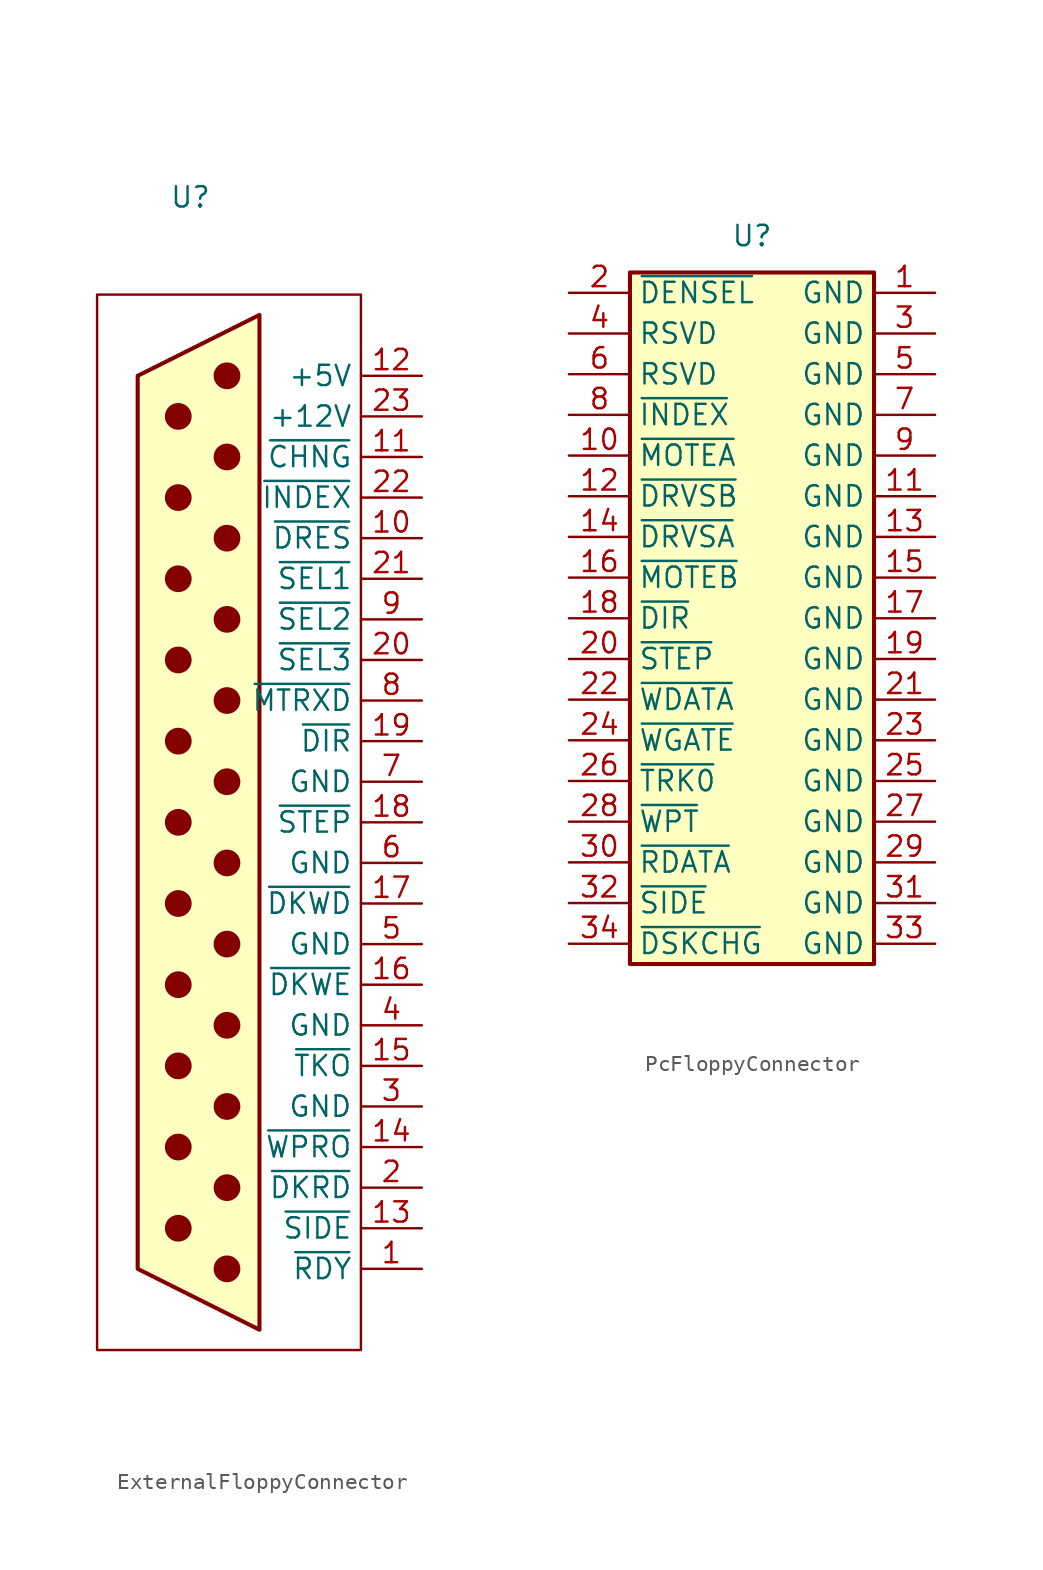
<source format=kicad_sym>
(kicad_symbol_lib
  (version 20231120)
  (generator "kicad_symbol_editor")
  (generator_version "8.0")
  (symbol "ExternalFloppyConnector"
    (property "Reference" "U"
      (at -1.778 36.576 0)
      (effects (font (size 1.27 1.27))))
    (property "Value" ""
      (at 0 0 0)
      (effects (font (size 1.27 1.27))))
    (symbol "ExternalFloppyConnector_0_1"
      (circle (center -2.54 -27.94) (radius 0.762) (stroke (width 0) (type default)) (fill (type outline)))
      (circle (center -2.54 -22.86) (radius 0.762) (stroke (width 0) (type default)) (fill (type outline)))
      (circle (center -2.54 -17.78) (radius 0.762) (stroke (width 0) (type default)) (fill (type outline)))
      (circle (center -2.54 -12.7) (radius 0.762) (stroke (width 0) (type default)) (fill (type outline)))
      (circle (center -2.54 -7.62) (radius 0.762) (stroke (width 0) (type default)) (fill (type outline)))
      (circle (center -2.54 -2.54) (radius 0.762) (stroke (width 0) (type default)) (fill (type outline)))
      (circle (center -2.54 2.54) (radius 0.762) (stroke (width 0) (type default)) (fill (type outline)))
      (circle (center -2.54 7.62) (radius 0.762) (stroke (width 0) (type default)) (fill (type outline)))
      (circle (center -2.54 12.7) (radius 0.762) (stroke (width 0) (type default)) (fill (type outline)))
      (circle (center -2.54 17.78) (radius 0.762) (stroke (width 0) (type default)) (fill (type outline)))
      (circle (center -2.54 22.86) (radius 0.762) (stroke (width 0) (type default)) (fill (type outline)))
      (polyline (pts (xy 2.54 -34.29) (xy -5.08 -30.48) (xy -5.08 25.4) (xy 2.54 29.21) (xy 2.54 -34.29)) (stroke (width 0.254) (type default)) (fill (type background)))
      (circle (center 0.508 -30.48) (radius 0.762) (stroke (width 0) (type default)) (fill (type outline)))
      (circle (center 0.508 -25.4) (radius 0.762) (stroke (width 0) (type default)) (fill (type outline)))
      (circle (center 0.508 -20.32) (radius 0.762) (stroke (width 0) (type default)) (fill (type outline)))
      (circle (center 0.508 -15.24) (radius 0.762) (stroke (width 0) (type default)) (fill (type outline)))
      (circle (center 0.508 -10.16) (radius 0.762) (stroke (width 0) (type default)) (fill (type outline)))
      (circle (center 0.508 -5.08) (radius 0.762) (stroke (width 0) (type default)) (fill (type outline)))
      (circle (center 0.508 0) (radius 0.762) (stroke (width 0) (type default)) (fill (type outline)))
      (circle (center 0.508 5.08) (radius 0.762) (stroke (width 0) (type default)) (fill (type outline)))
      (circle (center 0.508 10.16) (radius 0.762) (stroke (width 0) (type default)) (fill (type outline)))
      (circle (center 0.508 15.24) (radius 0.762) (stroke (width 0) (type default)) (fill (type outline)))
      (circle (center 0.508 20.32) (radius 0.762) (stroke (width 0) (type default)) (fill (type outline)))
      (circle (center 0.508 25.4) (radius 0.762) (stroke (width 0) (type default)) (fill (type outline))))
    (symbol "ExternalFloppyConnector_1_1"
      (rectangle (start 8.89 30.48) (end -7.62 -35.56) (stroke (width 0) (type default)) (fill (type none)))
      (pin bidirectional line (at 12.7 -30.48 180) (length 3.81) (name "~{RDY}" (effects (font (size 1.27 1.27)))) (number "1" (effects (font (size 1.27 1.27)))))
      (pin open_collector line (at 12.7 15.24 180) (length 3.81) (name "~{DRES}" (effects (font (size 1.27 1.27)))) (number "10" (effects (font (size 1.27 1.27)))))
      (pin bidirectional line (at 12.7 20.32 180) (length 3.81) (name "~{CHNG}" (effects (font (size 1.27 1.27)))) (number "11" (effects (font (size 1.27 1.27)))))
      (pin power_out line (at 12.7 25.4 180) (length 3.81) (name "+5V" (effects (font (size 1.27 1.27)))) (number "12" (effects (font (size 1.27 1.27)))))
      (pin output line (at 12.7 -27.94 180) (length 3.81) (name "~{SIDE}" (effects (font (size 1.27 1.27)))) (number "13" (effects (font (size 1.27 1.27)))))
      (pin bidirectional line (at 12.7 -22.86 180) (length 3.81) (name "~{WPRO}" (effects (font (size 1.27 1.27)))) (number "14" (effects (font (size 1.27 1.27)))))
      (pin bidirectional line (at 12.7 -17.78 180) (length 3.81) (name "~{TKO}" (effects (font (size 1.27 1.27)))) (number "15" (effects (font (size 1.27 1.27)))))
      (pin output line (at 12.7 -12.7 180) (length 3.81) (name "~{DKWE}" (effects (font (size 1.27 1.27)))) (number "16" (effects (font (size 1.27 1.27)))))
      (pin output line (at 12.7 -7.62 180) (length 3.81) (name "~{DKWD}" (effects (font (size 1.27 1.27)))) (number "17" (effects (font (size 1.27 1.27)))))
      (pin output line (at 12.7 -2.54 180) (length 3.81) (name "~{STEP}" (effects (font (size 1.27 1.27)))) (number "18" (effects (font (size 1.27 1.27)))))
      (pin output line (at 12.7 2.54 180) (length 3.81) (name "~{DIR}" (effects (font (size 1.27 1.27)))) (number "19" (effects (font (size 1.27 1.27)))))
      (pin input line (at 12.7 -25.4 180) (length 3.81) (name "~{DKRD}" (effects (font (size 1.27 1.27)))) (number "2" (effects (font (size 1.27 1.27)))))
      (pin open_collector line (at 12.7 7.62 180) (length 3.81) (name "~{SEL3}" (effects (font (size 1.27 1.27)))) (number "20" (effects (font (size 1.27 1.27)))))
      (pin open_collector line (at 12.7 12.7 180) (length 3.81) (name "~{SEL1}" (effects (font (size 1.27 1.27)))) (number "21" (effects (font (size 1.27 1.27)))))
      (pin input line (at 12.7 17.78 180) (length 3.81) (name "~{INDEX}" (effects (font (size 1.27 1.27)))) (number "22" (effects (font (size 1.27 1.27)))))
      (pin power_out line (at 12.7 22.86 180) (length 3.81) (name "+12V" (effects (font (size 1.27 1.27)))) (number "23" (effects (font (size 1.27 1.27)))))
      (pin power_out line (at 12.7 -20.32 180) (length 3.81) (name "GND" (effects (font (size 1.27 1.27)))) (number "3" (effects (font (size 1.27 1.27)))))
      (pin power_in line (at 12.7 -15.24 180) (length 3.81) (name "GND" (effects (font (size 1.27 1.27)))) (number "4" (effects (font (size 1.27 1.27)))))
      (pin power_in line (at 12.7 -10.16 180) (length 3.81) (name "GND" (effects (font (size 1.27 1.27)))) (number "5" (effects (font (size 1.27 1.27)))))
      (pin power_in line (at 12.7 -5.08 180) (length 3.81) (name "GND" (effects (font (size 1.27 1.27)))) (number "6" (effects (font (size 1.27 1.27)))))
      (pin power_in line (at 12.7 0 180) (length 3.81) (name "GND" (effects (font (size 1.27 1.27)))) (number "7" (effects (font (size 1.27 1.27)))))
      (pin open_collector line (at 12.7 5.08 180) (length 3.81) (name "~{MTRXD}" (effects (font (size 1.27 1.27)))) (number "8" (effects (font (size 1.27 1.27)))))
      (pin open_collector line (at 12.7 10.16 180) (length 3.81) (name "~{SEL2}" (effects (font (size 1.27 1.27)))) (number "9" (effects (font (size 1.27 1.27)))))))
  (symbol "PcFloppyConnector"
    (property "Reference" "U"
      (at 0 23.876 0)
      (effects (font (size 1.27 1.27))))
    (property "Value" ""
      (at -8.636 29.21 0)
      (effects (font (size 1.27 1.27))))
    (symbol "PcFloppyConnector_1_1"
      (rectangle (start -7.62 21.59) (end 7.62 -21.59) (stroke (width 0.254) (type default)) (fill (type background)))
      (pin power_in line (at 11.43 20.32 180) (length 3.81) (name "GND" (effects (font (size 1.27 1.27)))) (number "1" (effects (font (size 1.27 1.27)))))
      (pin input line (at -11.43 10.16 0) (length 3.81) (name "~{MOTEA}" (effects (font (size 1.27 1.27)))) (number "10" (effects (font (size 1.27 1.27)))))
      (pin power_in line (at 11.43 7.62 180) (length 3.81) (name "GND" (effects (font (size 1.27 1.27)))) (number "11" (effects (font (size 1.27 1.27)))))
      (pin input line (at -11.43 7.62 0) (length 3.81) (name "~{DRVSB}" (effects (font (size 1.27 1.27)))) (number "12" (effects (font (size 1.27 1.27)))))
      (pin power_in line (at 11.43 5.08 180) (length 3.81) (name "GND" (effects (font (size 1.27 1.27)))) (number "13" (effects (font (size 1.27 1.27)))))
      (pin input line (at -11.43 5.08 0) (length 3.81) (name "~{DRVSA}" (effects (font (size 1.27 1.27)))) (number "14" (effects (font (size 1.27 1.27)))))
      (pin power_in line (at 11.43 2.54 180) (length 3.81) (name "GND" (effects (font (size 1.27 1.27)))) (number "15" (effects (font (size 1.27 1.27)))))
      (pin input line (at -11.43 2.54 0) (length 3.81) (name "~{MOTEB}" (effects (font (size 1.27 1.27)))) (number "16" (effects (font (size 1.27 1.27)))))
      (pin power_in line (at 11.43 0 180) (length 3.81) (name "GND" (effects (font (size 1.27 1.27)))) (number "17" (effects (font (size 1.27 1.27)))))
      (pin input line (at -11.43 0 0) (length 3.81) (name "~{DIR}" (effects (font (size 1.27 1.27)))) (number "18" (effects (font (size 1.27 1.27)))))
      (pin power_in line (at 11.43 -2.54 180) (length 3.81) (name "GND" (effects (font (size 1.27 1.27)))) (number "19" (effects (font (size 1.27 1.27)))))
      (pin input line (at -11.43 20.32 0) (length 3.81) (name "~{DENSEL}" (effects (font (size 1.27 1.27)))) (number "2" (effects (font (size 1.27 1.27)))))
      (pin input line (at -11.43 -2.54 0) (length 3.81) (name "~{STEP}" (effects (font (size 1.27 1.27)))) (number "20" (effects (font (size 1.27 1.27)))))
      (pin power_in line (at 11.43 -5.08 180) (length 3.81) (name "GND" (effects (font (size 1.27 1.27)))) (number "21" (effects (font (size 1.27 1.27)))))
      (pin input line (at -11.43 -5.08 0) (length 3.81) (name "~{WDATA}" (effects (font (size 1.27 1.27)))) (number "22" (effects (font (size 1.27 1.27)))))
      (pin power_in line (at 11.43 -7.62 180) (length 3.81) (name "GND" (effects (font (size 1.27 1.27)))) (number "23" (effects (font (size 1.27 1.27)))))
      (pin input line (at -11.43 -7.62 0) (length 3.81) (name "~{WGATE}" (effects (font (size 1.27 1.27)))) (number "24" (effects (font (size 1.27 1.27)))))
      (pin power_in line (at 11.43 -10.16 180) (length 3.81) (name "GND" (effects (font (size 1.27 1.27)))) (number "25" (effects (font (size 1.27 1.27)))))
      (pin output line (at -11.43 -10.16 0) (length 3.81) (name "~{TRK0}" (effects (font (size 1.27 1.27)))) (number "26" (effects (font (size 1.27 1.27)))))
      (pin power_in line (at 11.43 -12.7 180) (length 3.81) (name "GND" (effects (font (size 1.27 1.27)))) (number "27" (effects (font (size 1.27 1.27)))))
      (pin output line (at -11.43 -12.7 0) (length 3.81) (name "~{WPT}" (effects (font (size 1.27 1.27)))) (number "28" (effects (font (size 1.27 1.27)))))
      (pin power_in line (at 11.43 -15.24 180) (length 3.81) (name "GND" (effects (font (size 1.27 1.27)))) (number "29" (effects (font (size 1.27 1.27)))))
      (pin power_in line (at 11.43 17.78 180) (length 3.81) (name "GND" (effects (font (size 1.27 1.27)))) (number "3" (effects (font (size 1.27 1.27)))))
      (pin output line (at -11.43 -15.24 0) (length 3.81) (name "~{RDATA}" (effects (font (size 1.27 1.27)))) (number "30" (effects (font (size 1.27 1.27)))))
      (pin power_in line (at 11.43 -17.78 180) (length 3.81) (name "GND" (effects (font (size 1.27 1.27)))) (number "31" (effects (font (size 1.27 1.27)))))
      (pin input line (at -11.43 -17.78 0) (length 3.81) (name "~{SIDE}" (effects (font (size 1.27 1.27)))) (number "32" (effects (font (size 1.27 1.27)))))
      (pin power_in line (at 11.43 -20.32 180) (length 3.81) (name "GND" (effects (font (size 1.27 1.27)))) (number "33" (effects (font (size 1.27 1.27)))))
      (pin output line (at -11.43 -20.32 0) (length 3.81) (name "~{DSKCHG}" (effects (font (size 1.27 1.27)))) (number "34" (effects (font (size 1.27 1.27)))))
      (pin passive line (at -11.43 17.78 0) (length 3.81) (name "RSVD" (effects (font (size 1.27 1.27)))) (number "4" (effects (font (size 1.27 1.27)))))
      (pin power_in line (at 11.43 15.24 180) (length 3.81) (name "GND" (effects (font (size 1.27 1.27)))) (number "5" (effects (font (size 1.27 1.27)))))
      (pin passive line (at -11.43 15.24 0) (length 3.81) (name "RSVD" (effects (font (size 1.27 1.27)))) (number "6" (effects (font (size 1.27 1.27)))))
      (pin power_in line (at 11.43 12.7 180) (length 3.81) (name "GND" (effects (font (size 1.27 1.27)))) (number "7" (effects (font (size 1.27 1.27)))))
      (pin output line (at -11.43 12.7 0) (length 3.81) (name "~{INDEX}" (effects (font (size 1.27 1.27)))) (number "8" (effects (font (size 1.27 1.27)))))
      (pin power_in line (at 11.43 10.16 180) (length 3.81) (name "GND" (effects (font (size 1.27 1.27)))) (number "9" (effects (font (size 1.27 1.27))))))))
</source>
